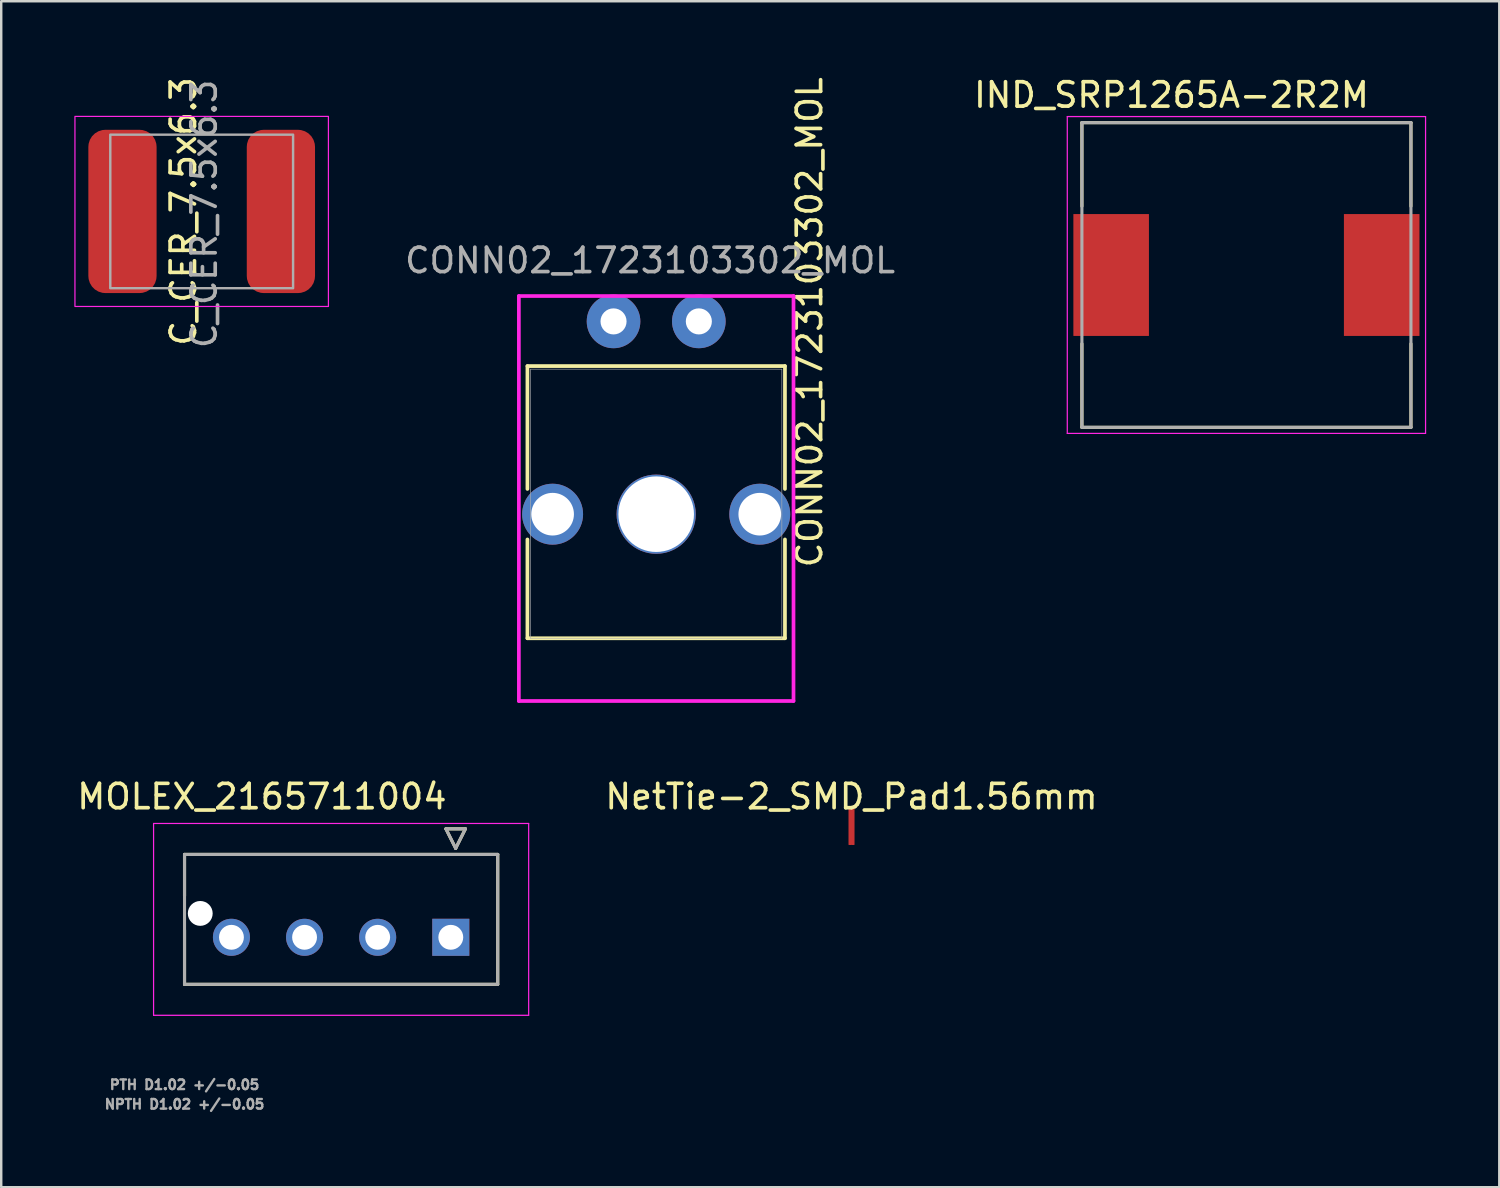
<source format=kicad_pcb>
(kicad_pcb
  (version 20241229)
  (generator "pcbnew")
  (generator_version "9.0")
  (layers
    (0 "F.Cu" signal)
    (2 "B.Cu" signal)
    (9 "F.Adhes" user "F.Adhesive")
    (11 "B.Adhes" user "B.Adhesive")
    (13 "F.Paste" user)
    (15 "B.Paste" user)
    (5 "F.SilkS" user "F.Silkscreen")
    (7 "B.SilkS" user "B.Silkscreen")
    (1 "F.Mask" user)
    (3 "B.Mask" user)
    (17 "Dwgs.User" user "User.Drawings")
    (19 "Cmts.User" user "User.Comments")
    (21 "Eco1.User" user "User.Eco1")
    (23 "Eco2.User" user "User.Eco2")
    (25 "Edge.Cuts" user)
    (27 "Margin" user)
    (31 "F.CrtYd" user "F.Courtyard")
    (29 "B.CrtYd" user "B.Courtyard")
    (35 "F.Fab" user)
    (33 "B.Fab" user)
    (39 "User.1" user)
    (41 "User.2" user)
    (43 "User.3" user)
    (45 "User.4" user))
  (footprint "CONN02_1723103302_MOL"
    (layer "F.Cu")
    (at 22.123 10.137)
    (property "Reference" "CONN02_1723103302_MOL" (at 8.041 0.036 90) (unlocked yes) (layer "F.SilkS") (effects (font (size 1 1) (thickness 0.15))))
    (attr through_hole)
    (fp_line (start -3.533 1.833) (end -3.533 6.874) (stroke (width 0.152) (type solid)) (layer "F.SilkS"))
    (fp_line (start -3.533 8.946) (end -3.533 13) (stroke (width 0.152) (type solid)) (layer "F.SilkS"))
    (fp_line (start -3.533 13) (end 7.033 13) (stroke (width 0.152) (type solid)) (layer "F.SilkS"))
    (fp_line (start 7.033 1.833) (end -3.533 1.833) (stroke (width 0.152) (type solid)) (layer "F.SilkS"))
    (fp_line (start 7.033 6.874) (end 7.033 1.833) (stroke (width 0.152) (type solid)) (layer "F.SilkS"))
    (fp_line (start 7.033 13) (end 7.033 8.946) (stroke (width 0.152) (type solid)) (layer "F.SilkS"))
    (fp_line (start -3.884 -1.041) (end -3.884 15.574) (stroke (width 0.152) (type solid)) (layer "F.CrtYd"))
    (fp_line (start -3.884 15.574) (end 7.384 15.574) (stroke (width 0.152) (type solid)) (layer "F.CrtYd"))
    (fp_line (start 7.384 -1.041) (end -3.884 -1.041) (stroke (width 0.152) (type solid)) (layer "F.CrtYd"))
    (fp_line (start 7.384 15.574) (end 7.384 -1.041) (stroke (width 0.152) (type solid)) (layer "F.CrtYd"))
    (fp_line (start -3.406 1.96) (end -3.406 13) (stroke (width 0.025) (type solid)) (layer "F.Fab"))
    (fp_line (start -3.406 13) (end 6.906 13) (stroke (width 0.025) (type solid)) (layer "F.Fab"))
    (fp_line (start 6.906 1.96) (end -3.406 1.96) (stroke (width 0.025) (type solid)) (layer "F.Fab"))
    (fp_line (start 6.906 13) (end 6.906 1.96) (stroke (width 0.025) (type solid)) (layer "F.Fab"))
    (fp_text user "${REFERENCE}" (at 1.5 -2.5 0) (unlocked yes) (layer "F.Fab") (effects (font (size 1 1) (thickness 0.15))))
    (pad "" np_thru_hole circle (at 1.75 7.91) (size 3.25 3.25) (drill 3.1) (layers "*.Cu" "*.Mask"))
    (pad "1" thru_hole circle (at 0 0) (size 2.2 2.2) (drill 1.07) (layers "*.Cu" "*.Mask"))
    (pad "2" thru_hole circle (at 3.5 0) (size 2.2 2.2) (drill 1.07) (layers "*.Cu" "*.Mask"))
    (pad "4" thru_hole circle (at -2.5 7.91) (size 2.5 2.5) (drill 1.75) (layers "*.Cu" "*.Mask"))
    (pad "5" thru_hole circle (at 6 7.91) (size 2.5 2.5) (drill 1.75) (layers "*.Cu" "*.Mask")))
  (footprint "IND_SRP1265A-2R2M"
    (layer "F.Cu")
    (at 48.09 8.233)
    (property "Reference" "IND_SRP1265A-2R2M" (at -3.075 -7.385 0) (layer "F.SilkS") (effects (font (size 1 1) (thickness 0.15))))
    (attr smd)
    (fp_line (start -6.75 -6.25) (end 6.75 -6.25) (stroke (width 0.127) (type solid)) (layer "F.SilkS"))
    (fp_line (start -6.75 -2.82) (end -6.75 -6.25) (stroke (width 0.127) (type solid)) (layer "F.SilkS"))
    (fp_line (start -6.75 6.25) (end -6.75 2.82) (stroke (width 0.127) (type solid)) (layer "F.SilkS"))
    (fp_line (start 6.75 -6.25) (end 6.75 -2.82) (stroke (width 0.127) (type solid)) (layer "F.SilkS"))
    (fp_line (start 6.75 6.25) (end -6.75 6.25) (stroke (width 0.127) (type solid)) (layer "F.SilkS"))
    (fp_line (start 6.75 6.25) (end 6.75 2.82) (stroke (width 0.127) (type solid)) (layer "F.SilkS"))
    (fp_line (start -7.35 -6.5) (end -7.35 6.5) (stroke (width 0.05) (type solid)) (layer "F.CrtYd"))
    (fp_line (start -7.35 6.5) (end 7.35 6.5) (stroke (width 0.05) (type solid)) (layer "F.CrtYd"))
    (fp_line (start 7.35 -6.5) (end -7.35 -6.5) (stroke (width 0.05) (type solid)) (layer "F.CrtYd"))
    (fp_line (start 7.35 6.5) (end 7.35 -6.5) (stroke (width 0.05) (type solid)) (layer "F.CrtYd"))
    (fp_line (start -6.75 -6.25) (end 6.75 -6.25) (stroke (width 0.127) (type solid)) (layer "F.Fab"))
    (fp_line (start -6.75 6.25) (end -6.75 -6.25) (stroke (width 0.127) (type solid)) (layer "F.Fab"))
    (fp_line (start 6.75 -6.25) (end 6.75 6.25) (stroke (width 0.127) (type solid)) (layer "F.Fab"))
    (fp_line (start 6.75 6.25) (end -6.75 6.25) (stroke (width 0.127) (type solid)) (layer "F.Fab"))
    (pad "1" smd rect (at -5.55 0) (size 3.1 5) (layers "F.Cu" "F.Mask" "F.Paste"))
    (pad "2" smd rect (at 5.55 0) (size 3.1 5) (layers "F.Cu" "F.Mask" "F.Paste")))
  (footprint "MOLEX_2165711004"
    (layer "F.Cu")
    (at 15.446 35.407)
    (property "Reference" "MOLEX_2165711004" (at -7.75 -5.772 0) (layer "F.SilkS") (effects (font (size 1 1) (thickness 0.15))))
    (attr through_hole)
    (fp_circle (center -10.28 -0.98) (end -9.987 -0.98) (stroke (width 0.586) (type solid)) (fill no) (layer "F.Mask"))
    (fp_circle (center -9 0) (end -8.582 0) (stroke (width 0.836) (type solid)) (fill no) (layer "F.Mask"))
    (fp_circle (center -6 0) (end -5.582 0) (stroke (width 0.836) (type solid)) (fill no) (layer "F.Mask"))
    (fp_circle (center -3 0) (end -2.582 0) (stroke (width 0.836) (type solid)) (fill no) (layer "F.Mask"))
    (fp_poly (pts (xy -0.836 -0.836) (xy 0.836 -0.836) (xy 0.836 0.836) (xy -0.836 0.836)) (stroke (width 0.01) (type solid)) (fill yes) (layer "F.Mask"))
    (fp_circle (center -10.28 -0.98) (end -9.987 -0.98) (stroke (width 0.586) (type solid)) (fill no) (layer "B.Mask"))
    (fp_circle (center -9 0) (end -8.582 0) (stroke (width 0.836) (type solid)) (fill no) (layer "B.Mask"))
    (fp_circle (center -6 0) (end -5.582 0) (stroke (width 0.836) (type solid)) (fill no) (layer "B.Mask"))
    (fp_circle (center -3 0) (end -2.582 0) (stroke (width 0.836) (type solid)) (fill no) (layer "B.Mask"))
    (fp_poly (pts (xy -0.836 -0.836) (xy 0.836 -0.836) (xy 0.836 0.836) (xy -0.836 0.836)) (stroke (width 0.01) (type solid)) (fill yes) (layer "B.Mask"))
    (fp_line (start -10.925 -3.4) (end -10.925 -1.7) (stroke (width 0.127) (type solid)) (layer "F.SilkS"))
    (fp_line (start -10.925 -3.4) (end 1.925 -3.4) (stroke (width 0.127) (type solid)) (layer "F.SilkS"))
    (fp_line (start -10.925 -0.3) (end -10.925 1.93) (stroke (width 0.127) (type solid)) (layer "F.SilkS"))
    (fp_line (start -0.2 -4.45) (end 0.6 -4.45) (stroke (width 0.127) (type solid)) (layer "F.SilkS"))
    (fp_line (start 0.2 -3.65) (end -0.2 -4.45) (stroke (width 0.127) (type solid)) (layer "F.SilkS"))
    (fp_line (start 0.6 -4.45) (end 0.2 -3.65) (stroke (width 0.127) (type solid)) (layer "F.SilkS"))
    (fp_line (start 1.925 -3.4) (end 1.925 1.93) (stroke (width 0.127) (type solid)) (layer "F.SilkS"))
    (fp_line (start 1.925 1.93) (end -10.925 1.93) (stroke (width 0.127) (type solid)) (layer "F.SilkS"))
    (fp_line (start -12.195 -4.67) (end 3.195 -4.67) (stroke (width 0.05) (type solid)) (layer "F.CrtYd"))
    (fp_line (start -12.195 3.2) (end -12.195 -4.67) (stroke (width 0.05) (type solid)) (layer "F.CrtYd"))
    (fp_line (start 3.195 3.2) (end -12.195 3.2) (stroke (width 0.05) (type solid)) (layer "F.CrtYd"))
    (fp_line (start 3.195 3.2) (end 3.195 -4.67) (stroke (width 0.05) (type solid)) (layer "F.CrtYd"))
    (fp_line (start -10.925 -3.4) (end 1.925 -3.4) (stroke (width 0.127) (type solid)) (layer "F.Fab"))
    (fp_line (start -10.925 1.93) (end -10.925 -3.4) (stroke (width 0.127) (type solid)) (layer "F.Fab"))
    (fp_line (start -0.2 -4.45) (end 0.6 -4.45) (stroke (width 0.127) (type solid)) (layer "F.Fab"))
    (fp_line (start 0.2 -3.65) (end -0.2 -4.45) (stroke (width 0.127) (type solid)) (layer "F.Fab"))
    (fp_line (start 0.6 -4.45) (end 0.2 -3.65) (stroke (width 0.127) (type solid)) (layer "F.Fab"))
    (fp_line (start 1.925 1.93) (end -10.925 1.93) (stroke (width 0.127) (type solid)) (layer "F.Fab"))
    (fp_line (start 1.925 1.93) (end 1.925 -3.4) (stroke (width 0.127) (type solid)) (layer "F.Fab"))
    (fp_text user "PTH D1.02 +/-0.05" (at -10.925 6.05 0) (layer "F.Fab") (effects (font (size 0.394 0.394) (thickness 0.15))))
    (fp_text user "NPTH D1.02 +/-0.05" (at -10.925 6.85 0) (layer "F.Fab") (effects (font (size 0.394 0.394) (thickness 0.15))))
    (pad "" np_thru_hole circle (at -10.28 -0.98) (size 1.02 1.02) (drill 1.02) (layers "*.Cu" "*.Mask"))
    (pad "1" thru_hole rect (at 0 0) (size 1.52 1.52) (drill 1.02) (layers "*.Cu"))
    (pad "2" thru_hole circle (at -3 0) (size 1.52 1.52) (drill 1.02) (layers "*.Cu"))
    (pad "3" thru_hole circle (at -6 0) (size 1.52 1.52) (drill 1.02) (layers "*.Cu"))
    (pad "4" thru_hole circle (at -9 0) (size 1.52 1.52) (drill 1.02) (layers "*.Cu")))
  (footprint "NetTie-2_SMD_Pad1.56mm"
    (layer "F.Cu")
    (at 31.887 30.835)
    (property "Reference" "NetTie-2_SMD_Pad1.56mm" (at 0 -1.2 0) (layer "F.SilkS") (effects (font (size 1 1) (thickness 0.15))))
    (attr exclude_from_pos_files exclude_from_bom allow_missing_courtyard)
    (fp_poly (pts (xy -0.115 -0.78) (xy 0.115 -0.78) (xy 0.115 0.78) (xy -0.115 0.78)) (stroke (width 0) (type solid)) (fill yes) (layer "F.Cu"))
    (pad "1" smd rect (at -0.065 0) (size 0.1 1.56) (layers "F.Cu"))
    (pad "2" smd rect (at 0.065 0) (size 0.1 1.56) (layers "F.Cu")))
  (footprint "C_CER_7.5x6.3"
    (layer "F.Cu")
    (at 5.225 5.625)
    (property "Reference" "C_CER_7.5x6.3" (at -0.75 0 90) (unlocked yes) (layer "F.SilkS") (effects (font (size 1 1) (thickness 0.15))))
    (attr smd)
    (fp_rect (start -5.2 -3.9) (end 5.2 3.9) (stroke (width 0.05) (type solid)) (fill no) (layer "F.CrtYd"))
    (fp_rect (start -3.75 -3.15) (end 3.75 3.15) (stroke (width 0.1) (type solid)) (fill no) (layer "F.Fab"))
    (fp_text user "${REFERENCE}" (at 0.1 0.1 90) (unlocked yes) (layer "F.Fab") (effects (font (size 1 1) (thickness 0.15))))
    (pad "1" smd roundrect (at -3.25 0) (size 2.8 6.7) (layers "F.Cu" "F.Mask" "F.Paste") (roundrect_rratio 0.25))
    (pad "2" smd roundrect (at 3.25 0) (size 2.8 6.7) (layers "F.Cu" "F.Mask" "F.Paste") (roundrect_rratio 0.25)))
  (gr_rect
    (start -3 -3)
    (end 58.465 45.66)
    (stroke (width 0.1) (type default))
    (fill no)
    (layer "Edge.Cuts")))
</source>
